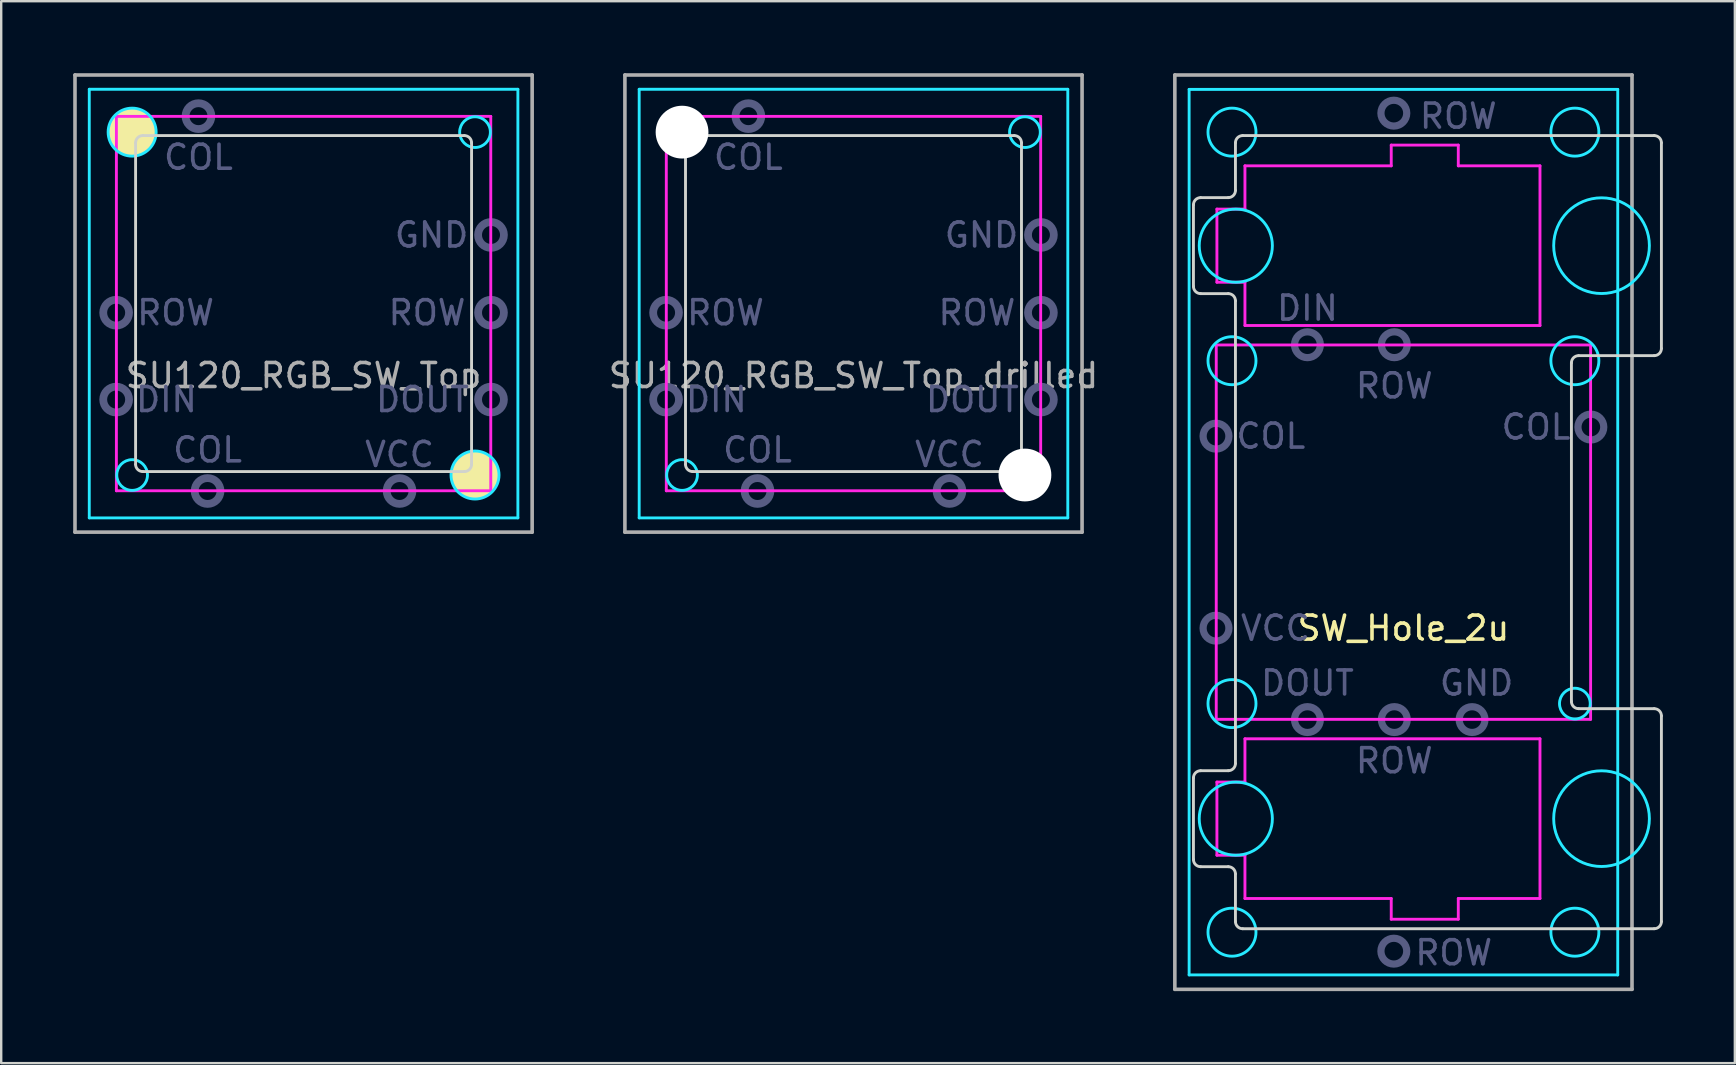
<source format=kicad_pcb>
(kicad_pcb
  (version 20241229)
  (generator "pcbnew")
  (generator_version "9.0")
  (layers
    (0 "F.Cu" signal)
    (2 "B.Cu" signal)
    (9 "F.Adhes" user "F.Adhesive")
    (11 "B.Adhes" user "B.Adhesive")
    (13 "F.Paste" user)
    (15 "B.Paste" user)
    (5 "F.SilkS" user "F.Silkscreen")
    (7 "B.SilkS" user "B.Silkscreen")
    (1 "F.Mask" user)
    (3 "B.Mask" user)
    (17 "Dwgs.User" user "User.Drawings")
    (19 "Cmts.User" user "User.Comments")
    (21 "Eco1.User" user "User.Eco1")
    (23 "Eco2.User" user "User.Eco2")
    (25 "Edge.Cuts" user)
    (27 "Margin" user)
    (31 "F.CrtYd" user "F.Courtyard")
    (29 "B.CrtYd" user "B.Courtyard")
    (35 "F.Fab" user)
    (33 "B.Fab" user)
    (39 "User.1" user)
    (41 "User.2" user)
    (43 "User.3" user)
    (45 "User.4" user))
  (footprint "SU120_RGB_SW_Top"
    (layer "F.Cu")
    (at 9.6 9.6)
    (property "Reference" "SU120_RGB_SW_Top" (at 0 3 0) (layer "F.Fab") (effects (font (size 1 1) (thickness 0.15))))
    (attr through_hole)
    (fp_circle (center -7.144 -7.144) (end -6.644 -7.144) (stroke (width 1) (type solid)) (fill no) (layer "F.SilkS"))
    (fp_circle (center 7.144 7.144) (end 7.644 7.144) (stroke (width 1) (type solid)) (fill no) (layer "F.SilkS"))
    (fp_line (start -7 -6.7) (end -7 6.7) (stroke (width 0.12) (type solid)) (layer "Edge.Cuts"))
    (fp_line (start -6.7 7) (end 6.7 7) (stroke (width 0.12) (type solid)) (layer "Edge.Cuts"))
    (fp_line (start 6.7 -7) (end -6.7 -7) (stroke (width 0.12) (type solid)) (layer "Edge.Cuts"))
    (fp_line (start 7 6.7) (end 7 -6.7) (stroke (width 0.12) (type solid)) (layer "Edge.Cuts"))
    (fp_arc (start -7 -6.7) (mid -6.912132 -6.912132) (end -6.7 -7) (stroke (width 0.12) (type solid)) (layer "Edge.Cuts"))
    (fp_arc (start -6.7 7) (mid -6.912132 6.912132) (end -7 6.7) (stroke (width 0.12) (type solid)) (layer "Edge.Cuts"))
    (fp_arc (start 6.7 -7) (mid 6.912132 -6.912132) (end 7 -6.7) (stroke (width 0.12) (type solid)) (layer "Edge.Cuts"))
    (fp_arc (start 7 6.7) (mid 6.912132 6.912132) (end 6.7 7) (stroke (width 0.12) (type solid)) (layer "Edge.Cuts"))
    (fp_line (start -8.93 -8.93) (end 8.93 -8.93) (stroke (width 0.12) (type solid)) (layer "B.CrtYd"))
    (fp_line (start -8.93 8.93) (end -8.93 -8.93) (stroke (width 0.12) (type solid)) (layer "B.CrtYd"))
    (fp_line (start 8.93 -8.93) (end 8.93 8.93) (stroke (width 0.12) (type solid)) (layer "B.CrtYd"))
    (fp_line (start 8.93 8.93) (end -8.93 8.93) (stroke (width 0.12) (type solid)) (layer "B.CrtYd"))
    (fp_circle (center -7.144 -7.144) (end -6.144 -7.144) (stroke (width 0.12) (type solid)) (fill no) (layer "B.CrtYd"))
    (fp_circle (center -7.144 7.144) (end -6.504 7.144) (stroke (width 0.12) (type solid)) (fill no) (layer "B.CrtYd"))
    (fp_circle (center 7.144 -7.144) (end 7.784 -7.144) (stroke (width 0.12) (type solid)) (fill no) (layer "B.CrtYd"))
    (fp_circle (center 7.144 7.144) (end 8.144 7.144) (stroke (width 0.12) (type solid)) (fill no) (layer "B.CrtYd"))
    (fp_line (start -7.8 -7.8) (end 7.8 -7.8) (stroke (width 0.12) (type solid)) (layer "F.CrtYd"))
    (fp_line (start -7.8 7.8) (end -7.8 -7.8) (stroke (width 0.12) (type solid)) (layer "F.CrtYd"))
    (fp_line (start 7.8 -7.8) (end 7.8 7.8) (stroke (width 0.12) (type solid)) (layer "F.CrtYd"))
    (fp_line (start 7.8 7.8) (end -7.8 7.8) (stroke (width 0.12) (type solid)) (layer "F.CrtYd"))
    (fp_circle (center -7.81 0.38) (end -7.272 0.38) (stroke (width 0.325) (type solid)) (fill no) (layer "B.Fab"))
    (fp_circle (center -7.81 4) (end -7.272 4) (stroke (width 0.325) (type solid)) (fill no) (layer "B.Fab"))
    (fp_circle (center -4.38 -7.81) (end -3.842 -7.81) (stroke (width 0.325) (type solid)) (fill no) (layer "B.Fab"))
    (fp_circle (center -4 7.81) (end -3.462 7.81) (stroke (width 0.325) (type solid)) (fill no) (layer "B.Fab"))
    (fp_circle (center 4 7.81) (end 4.537 7.81) (stroke (width 0.325) (type solid)) (fill no) (layer "B.Fab"))
    (fp_circle (center 7.81 -2.86) (end 8.348 -2.86) (stroke (width 0.325) (type solid)) (fill no) (layer "B.Fab"))
    (fp_circle (center 7.81 0.38) (end 8.348 0.38) (stroke (width 0.325) (type solid)) (fill no) (layer "B.Fab"))
    (fp_circle (center 7.81 4) (end 8.348 4) (stroke (width 0.325) (type solid)) (fill no) (layer "B.Fab"))
    (fp_line (start -9.525 -9.525) (end -9.525 9.525) (stroke (width 0.15) (type solid)) (layer "F.Fab"))
    (fp_line (start -9.525 9.525) (end 9.525 9.525) (stroke (width 0.15) (type solid)) (layer "F.Fab"))
    (fp_line (start 9.525 -9.525) (end -9.525 -9.525) (stroke (width 0.15) (type solid)) (layer "F.Fab"))
    (fp_line (start 9.525 9.525) (end 9.525 -9.525) (stroke (width 0.15) (type solid)) (layer "F.Fab"))
    (fp_text user "VCC" (at 4 6.287 0) (layer "B.Fab") (effects (font (size 1 1) (thickness 0.15))))
    (fp_text user "DIN" (at -5.715 4 0) (layer "B.Fab") (effects (font (size 1 1) (thickness 0.15))))
    (fp_text user "COL" (at -4.381 -6.096 0) (layer "B.Fab") (effects (font (size 1 1) (thickness 0.15))))
    (fp_text user "DOUT" (at 4.953 4 0) (layer "B.Fab") (effects (font (size 1 1) (thickness 0.15))))
    (fp_text user "GND" (at 5.334 -2.857 0) (layer "B.Fab") (effects (font (size 1 1) (thickness 0.15))))
    (fp_text user "ROW" (at 5.144 0.381 0) (layer "B.Fab") (effects (font (size 1 1) (thickness 0.15))))
    (fp_text user "ROW" (at -5.334 0.381 0) (layer "B.Fab") (effects (font (size 1 1) (thickness 0.15))))
    (fp_text user "COL" (at -4 6.096 0) (layer "B.Fab") (effects (font (size 1 1) (thickness 0.15)))))
  (footprint "SU120_RGB_SW_Top_drilled"
    (layer "F.Cu")
    (at 32.515 9.6)
    (property "Reference" "SU120_RGB_SW_Top_drilled" (at 0 3 0) (layer "F.Fab") (effects (font (size 1 1) (thickness 0.15))))
    (attr through_hole)
    (fp_line (start -7 -6.7) (end -7 6.7) (stroke (width 0.12) (type solid)) (layer "Edge.Cuts"))
    (fp_line (start -6.7 7) (end 6.7 7) (stroke (width 0.12) (type solid)) (layer "Edge.Cuts"))
    (fp_line (start 6.7 -7) (end -6.7 -7) (stroke (width 0.12) (type solid)) (layer "Edge.Cuts"))
    (fp_line (start 7 6.7) (end 7 -6.7) (stroke (width 0.12) (type solid)) (layer "Edge.Cuts"))
    (fp_arc (start -7 -6.7) (mid -6.912132 -6.912132) (end -6.7 -7) (stroke (width 0.12) (type solid)) (layer "Edge.Cuts"))
    (fp_arc (start -6.7 7) (mid -6.912132 6.912132) (end -7 6.7) (stroke (width 0.12) (type solid)) (layer "Edge.Cuts"))
    (fp_arc (start 6.7 -7) (mid 6.912132 -6.912132) (end 7 -6.7) (stroke (width 0.12) (type solid)) (layer "Edge.Cuts"))
    (fp_arc (start 7 6.7) (mid 6.912132 6.912132) (end 6.7 7) (stroke (width 0.12) (type solid)) (layer "Edge.Cuts"))
    (fp_line (start -8.93 -8.93) (end 8.93 -8.93) (stroke (width 0.12) (type solid)) (layer "B.CrtYd"))
    (fp_line (start -8.93 8.93) (end -8.93 -8.93) (stroke (width 0.12) (type solid)) (layer "B.CrtYd"))
    (fp_line (start 8.93 -8.93) (end 8.93 8.93) (stroke (width 0.12) (type solid)) (layer "B.CrtYd"))
    (fp_line (start 8.93 8.93) (end -8.93 8.93) (stroke (width 0.12) (type solid)) (layer "B.CrtYd"))
    (fp_circle (center -7.144 -7.144) (end -6.144 -7.144) (stroke (width 0.12) (type solid)) (fill no) (layer "B.CrtYd"))
    (fp_circle (center -7.144 7.144) (end -6.504 7.144) (stroke (width 0.12) (type solid)) (fill no) (layer "B.CrtYd"))
    (fp_circle (center 7.144 -7.144) (end 7.784 -7.144) (stroke (width 0.12) (type solid)) (fill no) (layer "B.CrtYd"))
    (fp_circle (center 7.144 7.144) (end 8.144 7.144) (stroke (width 0.12) (type solid)) (fill no) (layer "B.CrtYd"))
    (fp_line (start -7.8 -7.8) (end 7.8 -7.8) (stroke (width 0.12) (type solid)) (layer "F.CrtYd"))
    (fp_line (start -7.8 7.8) (end -7.8 -7.8) (stroke (width 0.12) (type solid)) (layer "F.CrtYd"))
    (fp_line (start 7.8 -7.8) (end 7.8 7.8) (stroke (width 0.12) (type solid)) (layer "F.CrtYd"))
    (fp_line (start 7.8 7.8) (end -7.8 7.8) (stroke (width 0.12) (type solid)) (layer "F.CrtYd"))
    (fp_circle (center -7.81 0.38) (end -7.272 0.38) (stroke (width 0.325) (type solid)) (fill no) (layer "B.Fab"))
    (fp_circle (center -7.81 4) (end -7.272 4) (stroke (width 0.325) (type solid)) (fill no) (layer "B.Fab"))
    (fp_circle (center -4.38 -7.81) (end -3.842 -7.81) (stroke (width 0.325) (type solid)) (fill no) (layer "B.Fab"))
    (fp_circle (center -4 7.81) (end -3.462 7.81) (stroke (width 0.325) (type solid)) (fill no) (layer "B.Fab"))
    (fp_circle (center 4 7.81) (end 4.537 7.81) (stroke (width 0.325) (type solid)) (fill no) (layer "B.Fab"))
    (fp_circle (center 7.81 -2.86) (end 8.348 -2.86) (stroke (width 0.325) (type solid)) (fill no) (layer "B.Fab"))
    (fp_circle (center 7.81 0.38) (end 8.348 0.38) (stroke (width 0.325) (type solid)) (fill no) (layer "B.Fab"))
    (fp_circle (center 7.81 4) (end 8.348 4) (stroke (width 0.325) (type solid)) (fill no) (layer "B.Fab"))
    (fp_line (start -9.525 -9.525) (end -9.525 9.525) (stroke (width 0.15) (type solid)) (layer "F.Fab"))
    (fp_line (start -9.525 9.525) (end 9.525 9.525) (stroke (width 0.15) (type solid)) (layer "F.Fab"))
    (fp_line (start 9.525 -9.525) (end -9.525 -9.525) (stroke (width 0.15) (type solid)) (layer "F.Fab"))
    (fp_line (start 9.525 9.525) (end 9.525 -9.525) (stroke (width 0.15) (type solid)) (layer "F.Fab"))
    (fp_text user "DIN" (at -5.715 4 0) (layer "B.Fab") (effects (font (size 1 1) (thickness 0.15))))
    (fp_text user "DOUT" (at 4.953 4 0) (layer "B.Fab") (effects (font (size 1 1) (thickness 0.15))))
    (fp_text user "VCC" (at 4 6.287 0) (layer "B.Fab") (effects (font (size 1 1) (thickness 0.15))))
    (fp_text user "COL" (at -4 6.096 0) (layer "B.Fab") (effects (font (size 1 1) (thickness 0.15))))
    (fp_text user "ROW" (at 5.144 0.381 0) (layer "B.Fab") (effects (font (size 1 1) (thickness 0.15))))
    (fp_text user "ROW" (at -5.334 0.381 0) (layer "B.Fab") (effects (font (size 1 1) (thickness 0.15))))
    (fp_text user "COL" (at -4.381 -6.096 0) (layer "B.Fab") (effects (font (size 1 1) (thickness 0.15))))
    (fp_text user "GND" (at 5.334 -2.857 0) (layer "B.Fab") (effects (font (size 1 1) (thickness 0.15))))
    (pad "" np_thru_hole circle (at -7.144 -7.144) (size 2.2 2.2) (drill 2.2) (layers "*.Cu" "*.Mask"))
    (pad "" np_thru_hole circle (at 7.144 7.144) (size 2.2 2.2) (drill 2.2) (layers "*.Cu" "*.Mask")))
  (footprint "SW_Hole_2u"
    (layer "F.Cu")
    (at 55.431 19.125)
    (property "Reference" "SW_Hole_2u" (at 0 4 0) (layer "F.SilkS") (effects (font (size 1 1) (thickness 0.15))))
    (attr through_hole)
    (fp_line (start -8.75 -10.24) (end -8.75 -13.64) (stroke (width 0.12) (type solid)) (layer "Edge.Cuts"))
    (fp_line (start -8.75 10.24) (end -8.75 13.64) (stroke (width 0.12) (type solid)) (layer "Edge.Cuts"))
    (fp_line (start -8.45 -13.94) (end -7.3 -13.94) (stroke (width 0.12) (type solid)) (layer "Edge.Cuts"))
    (fp_line (start -8.45 -9.94) (end -7.3 -9.94) (stroke (width 0.12) (type solid)) (layer "Edge.Cuts"))
    (fp_line (start -8.45 9.94) (end -7.3 9.94) (stroke (width 0.12) (type solid)) (layer "Edge.Cuts"))
    (fp_line (start -8.45 13.94) (end -7.3 13.94) (stroke (width 0.12) (type solid)) (layer "Edge.Cuts"))
    (fp_line (start -7 -16.225) (end -7 -14.24) (stroke (width 0.12) (type solid)) (layer "Edge.Cuts"))
    (fp_line (start -7 -9.64) (end -7 9.64) (stroke (width 0.12) (type solid)) (layer "Edge.Cuts"))
    (fp_line (start -7 16.225) (end -7 14.24) (stroke (width 0.12) (type solid)) (layer "Edge.Cuts"))
    (fp_line (start -6.7 16.525) (end 10.45 16.525) (stroke (width 0.12) (type solid)) (layer "Edge.Cuts"))
    (fp_line (start 7 7.055) (end 7 -7.055) (stroke (width 0.12) (type solid)) (layer "Edge.Cuts"))
    (fp_line (start 10.45 -16.525) (end -6.7 -16.525) (stroke (width 0.12) (type solid)) (layer "Edge.Cuts"))
    (fp_line (start 10.45 -7.355) (end 7.3 -7.355) (stroke (width 0.12) (type solid)) (layer "Edge.Cuts"))
    (fp_line (start 10.45 7.355) (end 7.3 7.355) (stroke (width 0.12) (type solid)) (layer "Edge.Cuts"))
    (fp_line (start 10.75 -16.225) (end 10.75 -7.655) (stroke (width 0.12) (type solid)) (layer "Edge.Cuts"))
    (fp_line (start 10.75 16.225) (end 10.75 7.655) (stroke (width 0.12) (type solid)) (layer "Edge.Cuts"))
    (fp_arc (start -8.75 -13.64) (mid -8.662132 -13.852132) (end -8.45 -13.94) (stroke (width 0.12) (type solid)) (layer "Edge.Cuts"))
    (fp_arc (start -8.75 10.24) (mid -8.662132 10.027868) (end -8.45 9.94) (stroke (width 0.12) (type solid)) (layer "Edge.Cuts"))
    (fp_arc (start -8.45 -9.94) (mid -8.662132 -10.027868) (end -8.75 -10.24) (stroke (width 0.12) (type solid)) (layer "Edge.Cuts"))
    (fp_arc (start -8.45 13.94) (mid -8.662132 13.852132) (end -8.75 13.64) (stroke (width 0.12) (type solid)) (layer "Edge.Cuts"))
    (fp_arc (start -7.3 -9.94) (mid -7.087868 -9.852132) (end -7 -9.64) (stroke (width 0.12) (type solid)) (layer "Edge.Cuts"))
    (fp_arc (start -7.3 13.94) (mid -7.087868 14.027868) (end -7 14.24) (stroke (width 0.12) (type solid)) (layer "Edge.Cuts"))
    (fp_arc (start -7 -16.225) (mid -6.912132 -16.437132) (end -6.7 -16.525) (stroke (width 0.12) (type solid)) (layer "Edge.Cuts"))
    (fp_arc (start -7 -14.24) (mid -7.087868 -14.027868) (end -7.3 -13.94) (stroke (width 0.12) (type solid)) (layer "Edge.Cuts"))
    (fp_arc (start -7 9.64) (mid -7.087868 9.852132) (end -7.3 9.94) (stroke (width 0.12) (type solid)) (layer "Edge.Cuts"))
    (fp_arc (start -6.7 16.525) (mid -6.912132 16.437132) (end -7 16.225) (stroke (width 0.12) (type solid)) (layer "Edge.Cuts"))
    (fp_arc (start 7 -7.055) (mid 7.087868 -7.267132) (end 7.3 -7.355) (stroke (width 0.12) (type solid)) (layer "Edge.Cuts"))
    (fp_arc (start 7.3 7.355) (mid 7.087868 7.267132) (end 7 7.055) (stroke (width 0.12) (type solid)) (layer "Edge.Cuts"))
    (fp_arc (start 10.45 -16.525) (mid 10.662132 -16.437132) (end 10.75 -16.225) (stroke (width 0.12) (type solid)) (layer "Edge.Cuts"))
    (fp_arc (start 10.45 7.355) (mid 10.662132 7.442868) (end 10.75 7.655) (stroke (width 0.12) (type solid)) (layer "Edge.Cuts"))
    (fp_arc (start 10.75 -7.655) (mid 10.662132 -7.442868) (end 10.45 -7.355) (stroke (width 0.12) (type solid)) (layer "Edge.Cuts"))
    (fp_arc (start 10.75 16.225) (mid 10.662132 16.437132) (end 10.45 16.525) (stroke (width 0.12) (type solid)) (layer "Edge.Cuts"))
    (fp_line (start -8.93 -18.45) (end 8.93 -18.45) (stroke (width 0.12) (type solid)) (layer "B.CrtYd"))
    (fp_line (start -8.93 18.45) (end -8.93 -18.45) (stroke (width 0.12) (type solid)) (layer "B.CrtYd"))
    (fp_line (start 8.93 -18.45) (end 8.93 18.45) (stroke (width 0.12) (type solid)) (layer "B.CrtYd"))
    (fp_line (start 8.93 18.45) (end -8.93 18.45) (stroke (width 0.12) (type solid)) (layer "B.CrtYd"))
    (fp_circle (center -7.144 -16.669) (end -6.144 -16.669) (stroke (width 0.12) (type solid)) (fill no) (layer "B.CrtYd"))
    (fp_circle (center -7.144 -7.144) (end -6.144 -7.144) (stroke (width 0.12) (type solid)) (fill no) (layer "B.CrtYd"))
    (fp_circle (center -7.144 7.144) (end -6.144 7.144) (stroke (width 0.12) (type solid)) (fill no) (layer "B.CrtYd"))
    (fp_circle (center -7.144 16.669) (end -6.144 16.669) (stroke (width 0.12) (type solid)) (fill no) (layer "B.CrtYd"))
    (fp_circle (center -6.985 -11.938) (end -5.461 -11.938) (stroke (width 0.12) (type solid)) (fill no) (layer "B.CrtYd"))
    (fp_circle (center -6.985 11.938) (end -5.461 11.938) (stroke (width 0.12) (type solid)) (fill no) (layer "B.CrtYd"))
    (fp_circle (center 7.144 -16.669) (end 8.144 -16.669) (stroke (width 0.12) (type solid)) (fill no) (layer "B.CrtYd"))
    (fp_circle (center 7.144 -7.144) (end 8.144 -7.144) (stroke (width 0.12) (type solid)) (fill no) (layer "B.CrtYd"))
    (fp_circle (center 7.144 7.144) (end 7.784 7.144) (stroke (width 0.12) (type solid)) (fill no) (layer "B.CrtYd"))
    (fp_circle (center 7.144 16.669) (end 8.144 16.669) (stroke (width 0.12) (type solid)) (fill no) (layer "B.CrtYd"))
    (fp_circle (center 8.255 -11.938) (end 10.249 -11.938) (stroke (width 0.12) (type solid)) (fill no) (layer "B.CrtYd"))
    (fp_circle (center 8.255 11.938) (end 10.249 11.938) (stroke (width 0.12) (type solid)) (fill no) (layer "B.CrtYd"))
    (fp_line (start -7.8 -7.8) (end 7.8 -7.8) (stroke (width 0.12) (type solid)) (layer "F.CrtYd"))
    (fp_line (start -7.8 7.8) (end -7.8 -7.8) (stroke (width 0.12) (type solid)) (layer "F.CrtYd"))
    (fp_line (start -7.772 -13.462) (end -6.604 -13.462) (stroke (width 0.12) (type solid)) (layer "F.CrtYd"))
    (fp_line (start -7.772 -10.414) (end -7.772 -13.462) (stroke (width 0.12) (type solid)) (layer "F.CrtYd"))
    (fp_line (start -7.772 -10.414) (end -6.604 -10.414) (stroke (width 0.12) (type solid)) (layer "F.CrtYd"))
    (fp_line (start -7.772 10.414) (end -6.604 10.414) (stroke (width 0.12) (type solid)) (layer "F.CrtYd"))
    (fp_line (start -7.772 13.462) (end -7.772 10.414) (stroke (width 0.12) (type solid)) (layer "F.CrtYd"))
    (fp_line (start -7.772 13.462) (end -6.604 13.462) (stroke (width 0.12) (type solid)) (layer "F.CrtYd"))
    (fp_line (start -6.604 -15.265) (end -6.604 -13.462) (stroke (width 0.12) (type solid)) (layer "F.CrtYd"))
    (fp_line (start -6.604 -15.265) (end -0.508 -15.265) (stroke (width 0.12) (type solid)) (layer "F.CrtYd"))
    (fp_line (start -6.604 -8.611) (end -6.604 -10.414) (stroke (width 0.12) (type solid)) (layer "F.CrtYd"))
    (fp_line (start -6.604 -8.611) (end 5.69 -8.611) (stroke (width 0.12) (type solid)) (layer "F.CrtYd"))
    (fp_line (start -6.604 8.611) (end -6.604 10.414) (stroke (width 0.12) (type solid)) (layer "F.CrtYd"))
    (fp_line (start -6.604 8.611) (end 5.69 8.611) (stroke (width 0.12) (type solid)) (layer "F.CrtYd"))
    (fp_line (start -6.604 15.265) (end -6.604 13.462) (stroke (width 0.12) (type solid)) (layer "F.CrtYd"))
    (fp_line (start -6.604 15.265) (end -0.508 15.265) (stroke (width 0.12) (type solid)) (layer "F.CrtYd"))
    (fp_line (start -0.508 -16.129) (end 2.286 -16.129) (stroke (width 0.12) (type solid)) (layer "F.CrtYd"))
    (fp_line (start -0.508 -15.265) (end -0.508 -16.129) (stroke (width 0.12) (type solid)) (layer "F.CrtYd"))
    (fp_line (start -0.508 15.265) (end -0.508 16.129) (stroke (width 0.12) (type solid)) (layer "F.CrtYd"))
    (fp_line (start 2.286 -15.265) (end 2.286 -16.129) (stroke (width 0.12) (type solid)) (layer "F.CrtYd"))
    (fp_line (start 2.286 -15.265) (end 5.69 -15.265) (stroke (width 0.12) (type solid)) (layer "F.CrtYd"))
    (fp_line (start 2.286 15.265) (end 2.286 16.129) (stroke (width 0.12) (type solid)) (layer "F.CrtYd"))
    (fp_line (start 2.286 15.265) (end 5.69 15.265) (stroke (width 0.12) (type solid)) (layer "F.CrtYd"))
    (fp_line (start 2.286 16.129) (end -0.508 16.129) (stroke (width 0.12) (type solid)) (layer "F.CrtYd"))
    (fp_line (start 5.69 -8.611) (end 5.69 -15.265) (stroke (width 0.12) (type solid)) (layer "F.CrtYd"))
    (fp_line (start 5.69 15.265) (end 5.69 8.611) (stroke (width 0.12) (type solid)) (layer "F.CrtYd"))
    (fp_line (start 7.8 -7.8) (end 7.8 7.8) (stroke (width 0.12) (type solid)) (layer "F.CrtYd"))
    (fp_line (start 7.8 7.8) (end -7.8 7.8) (stroke (width 0.12) (type solid)) (layer "F.CrtYd"))
    (fp_circle (center -7.81 -4) (end -7.272 -4) (stroke (width 0.3) (type solid)) (fill no) (layer "B.Fab"))
    (fp_circle (center -7.81 4) (end -7.272 4) (stroke (width 0.3) (type solid)) (fill no) (layer "B.Fab"))
    (fp_circle (center -4 -7.81) (end -3.462 -7.81) (stroke (width 0.3) (type solid)) (fill no) (layer "B.Fab"))
    (fp_circle (center -4 7.81) (end -3.462 7.81) (stroke (width 0.3) (type solid)) (fill no) (layer "B.Fab"))
    (fp_circle (center -0.4 -17.46) (end 0.138 -17.46) (stroke (width 0.3) (type solid)) (fill no) (layer "B.Fab"))
    (fp_circle (center -0.4 17.46) (end 0.138 17.46) (stroke (width 0.3) (type solid)) (fill no) (layer "B.Fab"))
    (fp_circle (center -0.38 -7.81) (end 0.158 -7.81) (stroke (width 0.3) (type solid)) (fill no) (layer "B.Fab"))
    (fp_circle (center -0.38 7.81) (end 0.158 7.81) (stroke (width 0.3) (type solid)) (fill no) (layer "B.Fab"))
    (fp_circle (center 2.86 7.81) (end 3.397 7.81) (stroke (width 0.3) (type solid)) (fill no) (layer "B.Fab"))
    (fp_circle (center 7.81 -4.38) (end 8.348 -4.38) (stroke (width 0.3) (type solid)) (fill no) (layer "B.Fab"))
    (fp_line (start -9.525 -19.05) (end -9.525 19.05) (stroke (width 0.15) (type solid)) (layer "F.Fab"))
    (fp_line (start -9.525 19.05) (end 9.525 19.05) (stroke (width 0.15) (type solid)) (layer "F.Fab"))
    (fp_line (start 9.525 -19.05) (end -9.525 -19.05) (stroke (width 0.15) (type solid)) (layer "F.Fab"))
    (fp_line (start 9.525 19.05) (end 9.525 -19.05) (stroke (width 0.15) (type solid)) (layer "F.Fab"))
    (fp_text user "COL" (at 5.524 -4.381 0) (layer "B.Fab") (effects (font (size 1 1) (thickness 0.15))))
    (fp_text user "ROW" (at -0.381 9.525 0) (layer "B.Fab") (effects (font (size 1 1) (thickness 0.15))))
    (fp_text user "DOUT" (at -4 6.287 0) (layer "B.Fab") (effects (font (size 1 1) (thickness 0.15))))
    (fp_text user "COL" (at -5.524 -4 0) (layer "B.Fab") (effects (font (size 1 1) (thickness 0.15))))
    (fp_text user "ROW" (at 2.286 -17.335 0) (layer "B.Fab") (effects (font (size 1 1) (thickness 0.15))))
    (fp_text user "ROW" (at 2.095 17.526 0) (layer "B.Fab") (effects (font (size 1 1) (thickness 0.15))))
    (fp_text user "VCC" (at -5.334 4 0) (layer "B.Fab") (effects (font (size 1 1) (thickness 0.15))))
    (fp_text user "GND" (at 3.048 6.287 0) (layer "B.Fab") (effects (font (size 1 1) (thickness 0.15))))
    (fp_text user "ROW" (at -0.381 -6.096 0) (layer "B.Fab") (effects (font (size 1 1) (thickness 0.15))))
    (fp_text user "DIN" (at -4 -9.335 0) (layer "B.Fab") (effects (font (size 1 1) (thickness 0.15)))))
  (gr_rect
    (start -3 -3)
    (end 69.241 41.25)
    (stroke (width 0.1) (type default))
    (fill no)
    (layer "Edge.Cuts")))
</source>
